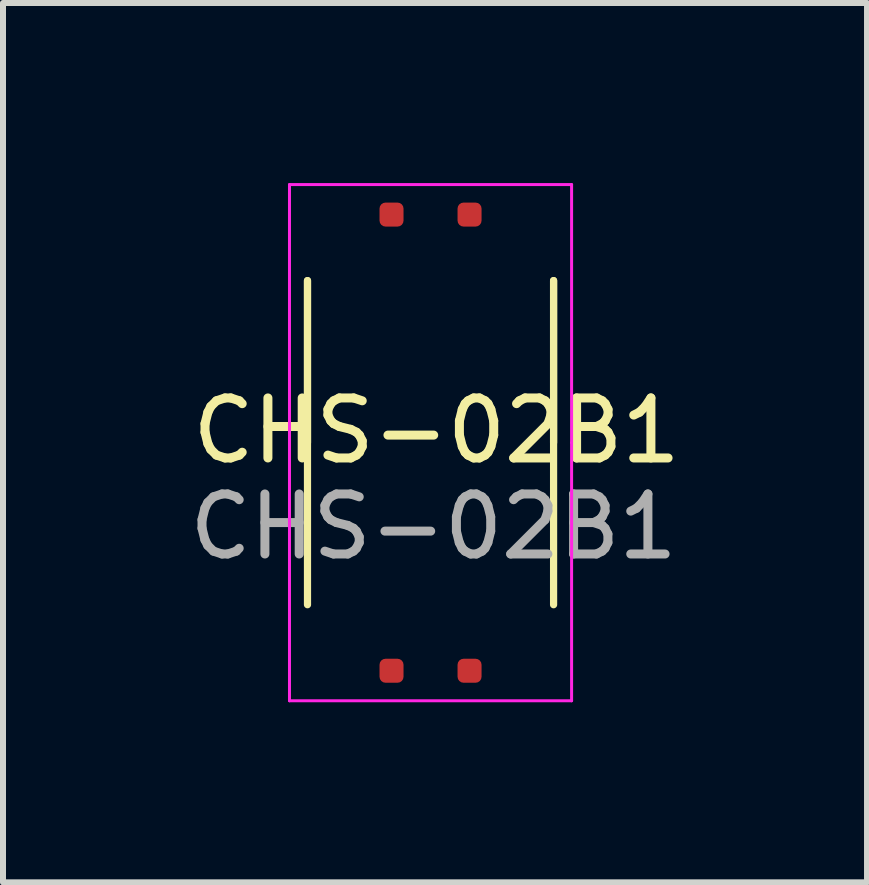
<source format=kicad_pcb>
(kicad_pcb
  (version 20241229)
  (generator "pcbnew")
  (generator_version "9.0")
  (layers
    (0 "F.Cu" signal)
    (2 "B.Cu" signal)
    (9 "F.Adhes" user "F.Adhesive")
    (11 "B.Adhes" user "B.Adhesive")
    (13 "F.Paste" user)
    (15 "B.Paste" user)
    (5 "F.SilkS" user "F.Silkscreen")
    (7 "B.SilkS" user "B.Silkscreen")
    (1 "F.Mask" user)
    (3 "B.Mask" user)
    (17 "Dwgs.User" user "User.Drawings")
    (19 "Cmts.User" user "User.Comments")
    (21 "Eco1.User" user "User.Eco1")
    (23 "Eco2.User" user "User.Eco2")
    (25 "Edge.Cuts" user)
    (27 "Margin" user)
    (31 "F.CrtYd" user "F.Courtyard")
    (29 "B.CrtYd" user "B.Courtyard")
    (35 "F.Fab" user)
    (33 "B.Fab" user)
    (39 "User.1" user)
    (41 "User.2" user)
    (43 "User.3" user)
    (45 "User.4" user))
  (footprint "CHS-02B1"
    (layer "F.Cu")
    (at 4.123 4.325)
    (property "Reference" "CHS-02B1" (at 0.1 -0.2 0) (unlocked yes) (layer "F.SilkS") (effects (font (size 1 1) (thickness 0.15))))
    (attr smd)
    (fp_line (start -2.05 -2.7) (end -2.05 2.7) (stroke (width 0.12) (type solid)) (layer "F.SilkS"))
    (fp_line (start -2.05 0) (end -2.05 -2.7) (stroke (width 0.12) (type solid)) (layer "F.SilkS"))
    (fp_line (start 2.05 -2.7) (end 2.05 2.7) (stroke (width 0.12) (type solid)) (layer "F.SilkS"))
    (fp_line (start 2.05 0) (end 2.05 -2.7) (stroke (width 0.12) (type solid)) (layer "F.SilkS"))
    (fp_line (start -2.35 -4.3) (end -2.35 4.3) (stroke (width 0.05) (type solid)) (layer "F.CrtYd"))
    (fp_line (start -2.35 4.3) (end 2.35 4.3) (stroke (width 0.05) (type solid)) (layer "F.CrtYd"))
    (fp_line (start 2.35 -4.3) (end -2.35 -4.3) (stroke (width 0.05) (type solid)) (layer "F.CrtYd"))
    (fp_line (start 2.35 0) (end 2.35 -4.3) (stroke (width 0.05) (type solid)) (layer "F.CrtYd"))
    (fp_line (start 2.35 4.3) (end 2.35 0) (stroke (width 0.05) (type solid)) (layer "F.CrtYd"))
    (fp_text user "${REFERENCE}" (at 0.05 1.4 0) (unlocked yes) (layer "F.Fab") (effects (font (size 1 1) (thickness 0.15))))
    (pad "1" smd roundrect (at -0.65 3.8 270) (size 0.4 0.4) (layers "F.Cu" "F.Mask" "F.Paste") (roundrect_rratio 0.25))
    (pad "2" smd roundrect (at 0.65 3.8 270) (size 0.4 0.4) (layers "F.Cu" "F.Mask" "F.Paste") (roundrect_rratio 0.25))
    (pad "3" smd roundrect (at 0.65 -3.8 270) (size 0.4 0.4) (layers "F.Cu" "F.Mask" "F.Paste") (roundrect_rratio 0.25))
    (pad "4" smd roundrect (at -0.65 -3.8 270) (size 0.4 0.4) (layers "F.Cu" "F.Mask" "F.Paste") (roundrect_rratio 0.25)))
  (gr_rect
    (start -3 -3)
    (end 11.395 11.65)
    (stroke (width 0.1) (type default))
    (fill no)
    (layer "Edge.Cuts")))
</source>
